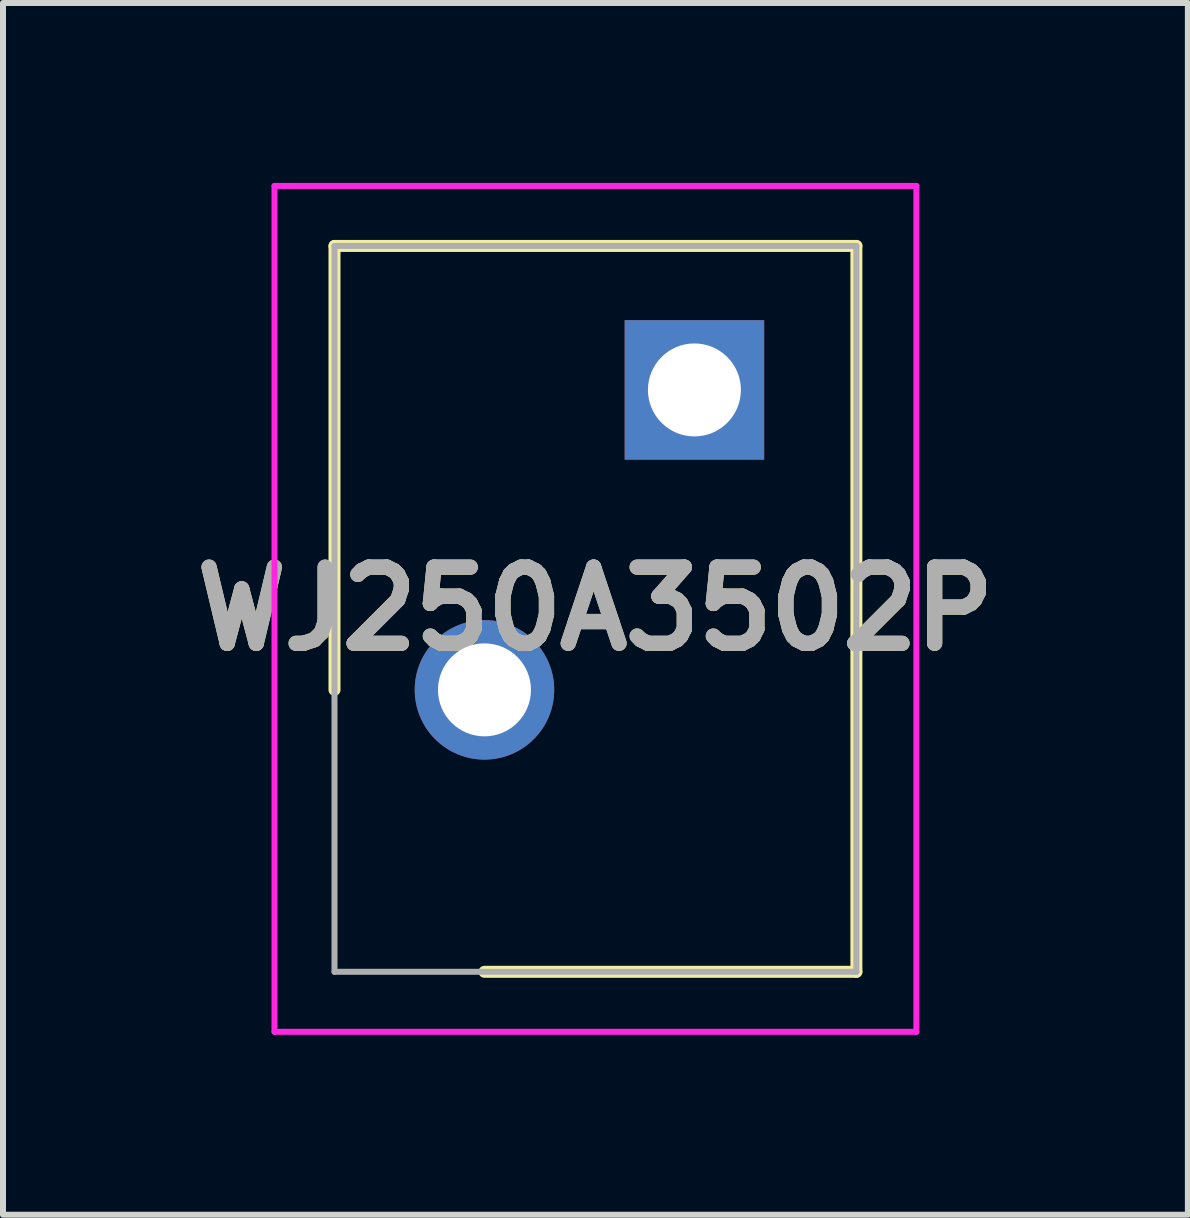
<source format=kicad_pcb>
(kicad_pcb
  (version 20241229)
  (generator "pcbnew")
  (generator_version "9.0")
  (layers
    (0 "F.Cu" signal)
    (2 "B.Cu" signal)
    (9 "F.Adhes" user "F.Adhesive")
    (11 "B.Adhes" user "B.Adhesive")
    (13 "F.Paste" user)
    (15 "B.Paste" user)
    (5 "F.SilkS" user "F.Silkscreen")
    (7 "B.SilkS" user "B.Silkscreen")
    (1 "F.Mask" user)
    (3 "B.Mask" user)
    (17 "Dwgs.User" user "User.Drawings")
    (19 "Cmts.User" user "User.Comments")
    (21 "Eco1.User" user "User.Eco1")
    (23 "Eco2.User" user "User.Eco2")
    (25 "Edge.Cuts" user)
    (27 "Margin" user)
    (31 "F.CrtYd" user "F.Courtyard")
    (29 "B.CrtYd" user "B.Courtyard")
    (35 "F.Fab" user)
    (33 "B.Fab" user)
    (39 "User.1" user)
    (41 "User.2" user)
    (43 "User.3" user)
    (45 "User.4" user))
  (footprint "WJ250A3502P"
    (layer "F.Cu")
    (at 8.526 3.45)
    (property "Reference" "WJ250A3502P" (at -1.65 3.65 0) (layer "F.SilkS") (effects (font (size 1.27 1.27) (thickness 0.254))))
    (attr through_hole)
    (fp_line (start -6 -2.4) (end -6 5) (stroke (width 0.2) (type solid)) (layer "F.SilkS"))
    (fp_line (start -3.5 9.7) (end 2.7 9.7) (stroke (width 0.2) (type solid)) (layer "F.SilkS"))
    (fp_line (start 2.7 -2.4) (end -6 -2.4) (stroke (width 0.2) (type solid)) (layer "F.SilkS"))
    (fp_line (start 2.7 9.7) (end 2.7 -2.4) (stroke (width 0.2) (type solid)) (layer "F.SilkS"))
    (fp_line (start -7 -3.4) (end 3.7 -3.4) (stroke (width 0.1) (type solid)) (layer "F.CrtYd"))
    (fp_line (start -7 10.7) (end -7 -3.4) (stroke (width 0.1) (type solid)) (layer "F.CrtYd"))
    (fp_line (start 3.7 -3.4) (end 3.7 10.7) (stroke (width 0.1) (type solid)) (layer "F.CrtYd"))
    (fp_line (start 3.7 10.7) (end -7 10.7) (stroke (width 0.1) (type solid)) (layer "F.CrtYd"))
    (fp_line (start -6 -2.4) (end -6 9.7) (stroke (width 0.1) (type solid)) (layer "F.Fab"))
    (fp_line (start -6 9.7) (end 2.7 9.7) (stroke (width 0.1) (type solid)) (layer "F.Fab"))
    (fp_line (start 2.7 -2.4) (end -6 -2.4) (stroke (width 0.1) (type solid)) (layer "F.Fab"))
    (fp_line (start 2.7 9.7) (end 2.7 -2.4) (stroke (width 0.1) (type solid)) (layer "F.Fab"))
    (fp_text user "${REFERENCE}" (at -1.65 3.65 0) (layer "F.Fab") (effects (font (size 1.27 1.27) (thickness 0.254))))
    (pad "1" thru_hole rect (at 0 0) (size 2.325 2.325) (drill 1.55) (layers "*.Cu" "*.Mask"))
    (pad "2" thru_hole circle (at -3.5 5) (size 2.325 2.325) (drill 1.55) (layers "*.Cu" "*.Mask")))
  (gr_rect
    (start -3 -3)
    (end 16.752 17.2)
    (stroke (width 0.1) (type default))
    (fill no)
    (layer "Edge.Cuts")))
</source>
